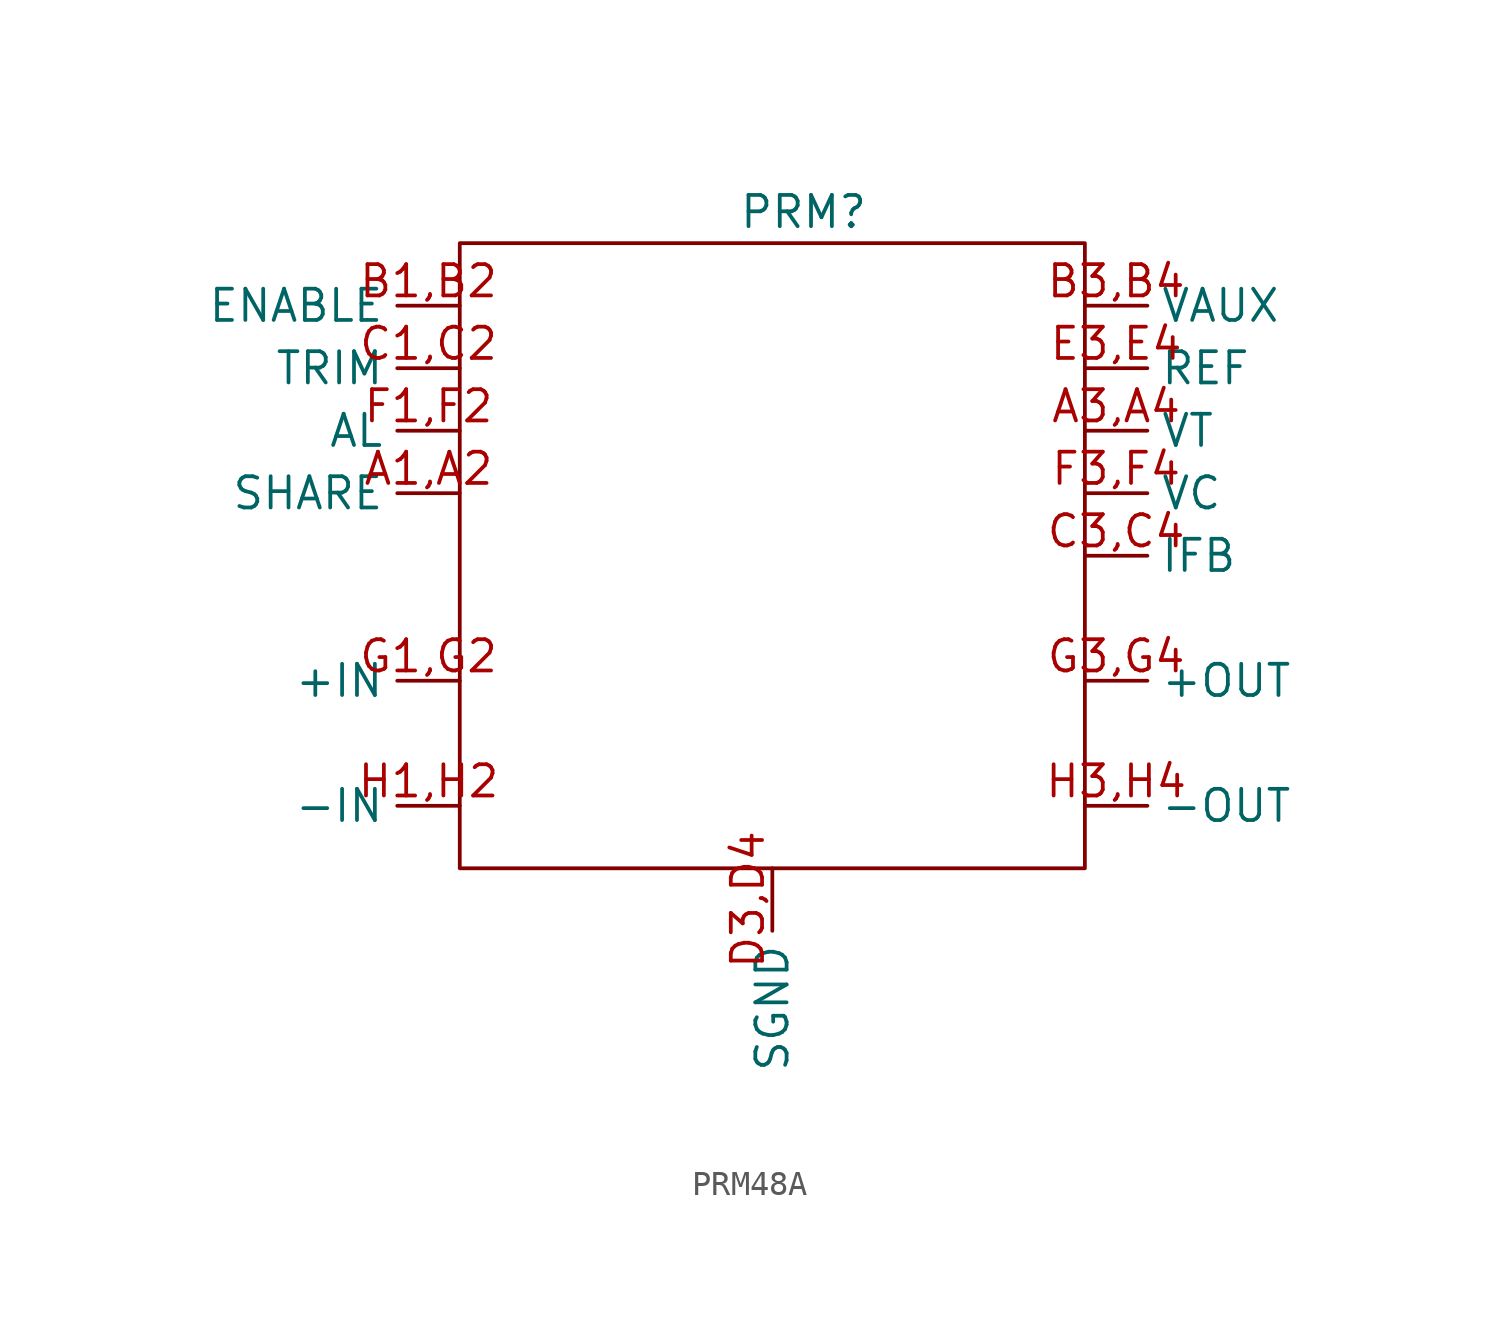
<source format=kicad_sym>
(kicad_symbol_lib
  (version 20220914)
  (generator kicad_symbol_editor)
  (symbol "PRM48A"
    (property "Reference" "PRM"
      (at 13.97 1.27 0)
      (effects (font (size 1.27 1.27))))
    (property "Value" ""
      (at 0 0 0)
      (effects (font (size 1.27 1.27))))
    (symbol "PRM48A_0_1"
      (rectangle (start 0 0) (end 25.4 -25.4) (stroke (width 0) (type default)) (fill (type none))))
    (symbol "PRM48A_1_1"
      (pin bidirectional line (at 0 -10.16 180) (length 2.54) (name "SHARE" (effects (font (size 1.27 1.27)))) (number "A1,A2" (effects (font (size 1.27 1.27)))) (alternate "CONTROL NODE" input line))
      (pin input line (at 25.4 -7.62 0) (length 2.54) (name "VT" (effects (font (size 1.27 1.27)))) (number "A3,A4" (effects (font (size 1.27 1.27)))))
      (pin bidirectional line (at 0 -2.54 180) (length 2.54) (name "ENABLE" (effects (font (size 1.27 1.27)))) (number "B1,B2" (effects (font (size 1.27 1.27)))))
      (pin output line (at 25.4 -2.54 0) (length 2.54) (name "VAUX" (effects (font (size 1.27 1.27)))) (number "B3,B4" (effects (font (size 1.27 1.27)))))
      (pin input line (at 0 -5.08 180) (length 2.54) (name "TRIM" (effects (font (size 1.27 1.27)))) (number "C1,C2" (effects (font (size 1.27 1.27)))))
      (pin input line (at 25.4 -12.7 0) (length 2.54) (name "IFB" (effects (font (size 1.27 1.27)))) (number "C3,C4" (effects (font (size 1.27 1.27)))))
      (pin no_connect line (at 0 -12.7 180) (length 2.54) hide (name "NC" (effects (font (size 1.27 1.27)))) (number "D1,D2" (effects (font (size 1.27 1.27)))))
      (pin input line (at 12.7 -25.4 270) (length 2.54) (name "SGND" (effects (font (size 1.27 1.27)))) (number "D3,D4" (effects (font (size 1.27 1.27)))))
      (pin no_connect line (at 0 -15.24 180) (length 2.54) hide (name "NC" (effects (font (size 1.27 1.27)))) (number "E1,E2" (effects (font (size 1.27 1.27)))))
      (pin output line (at 25.4 -5.08 0) (length 2.54) (name "REF" (effects (font (size 1.27 1.27)))) (number "E3,E4" (effects (font (size 1.27 1.27)))) (alternate "REF_EN" output line))
      (pin input line (at 0 -7.62 180) (length 2.54) (name "AL" (effects (font (size 1.27 1.27)))) (number "F1,F2" (effects (font (size 1.27 1.27)))))
      (pin output line (at 25.4 -10.16 0) (length 2.54) (name "VC" (effects (font (size 1.27 1.27)))) (number "F3,F4" (effects (font (size 1.27 1.27)))))
      (pin power_in line (at 0 -17.78 180) (length 2.54) (name "+IN" (effects (font (size 1.27 1.27)))) (number "G1,G2" (effects (font (size 1.27 1.27)))))
      (pin power_out line (at 25.4 -17.78 0) (length 2.54) (name "+OUT" (effects (font (size 1.27 1.27)))) (number "G3,G4" (effects (font (size 1.27 1.27)))))
      (pin power_in line (at 0 -22.86 180) (length 2.54) (name "-IN" (effects (font (size 1.27 1.27)))) (number "H1,H2" (effects (font (size 1.27 1.27)))))
      (pin power_out line (at 25.4 -22.86 0) (length 2.54) (name "-OUT" (effects (font (size 1.27 1.27)))) (number "H3,H4" (effects (font (size 1.27 1.27))))))))
</source>
